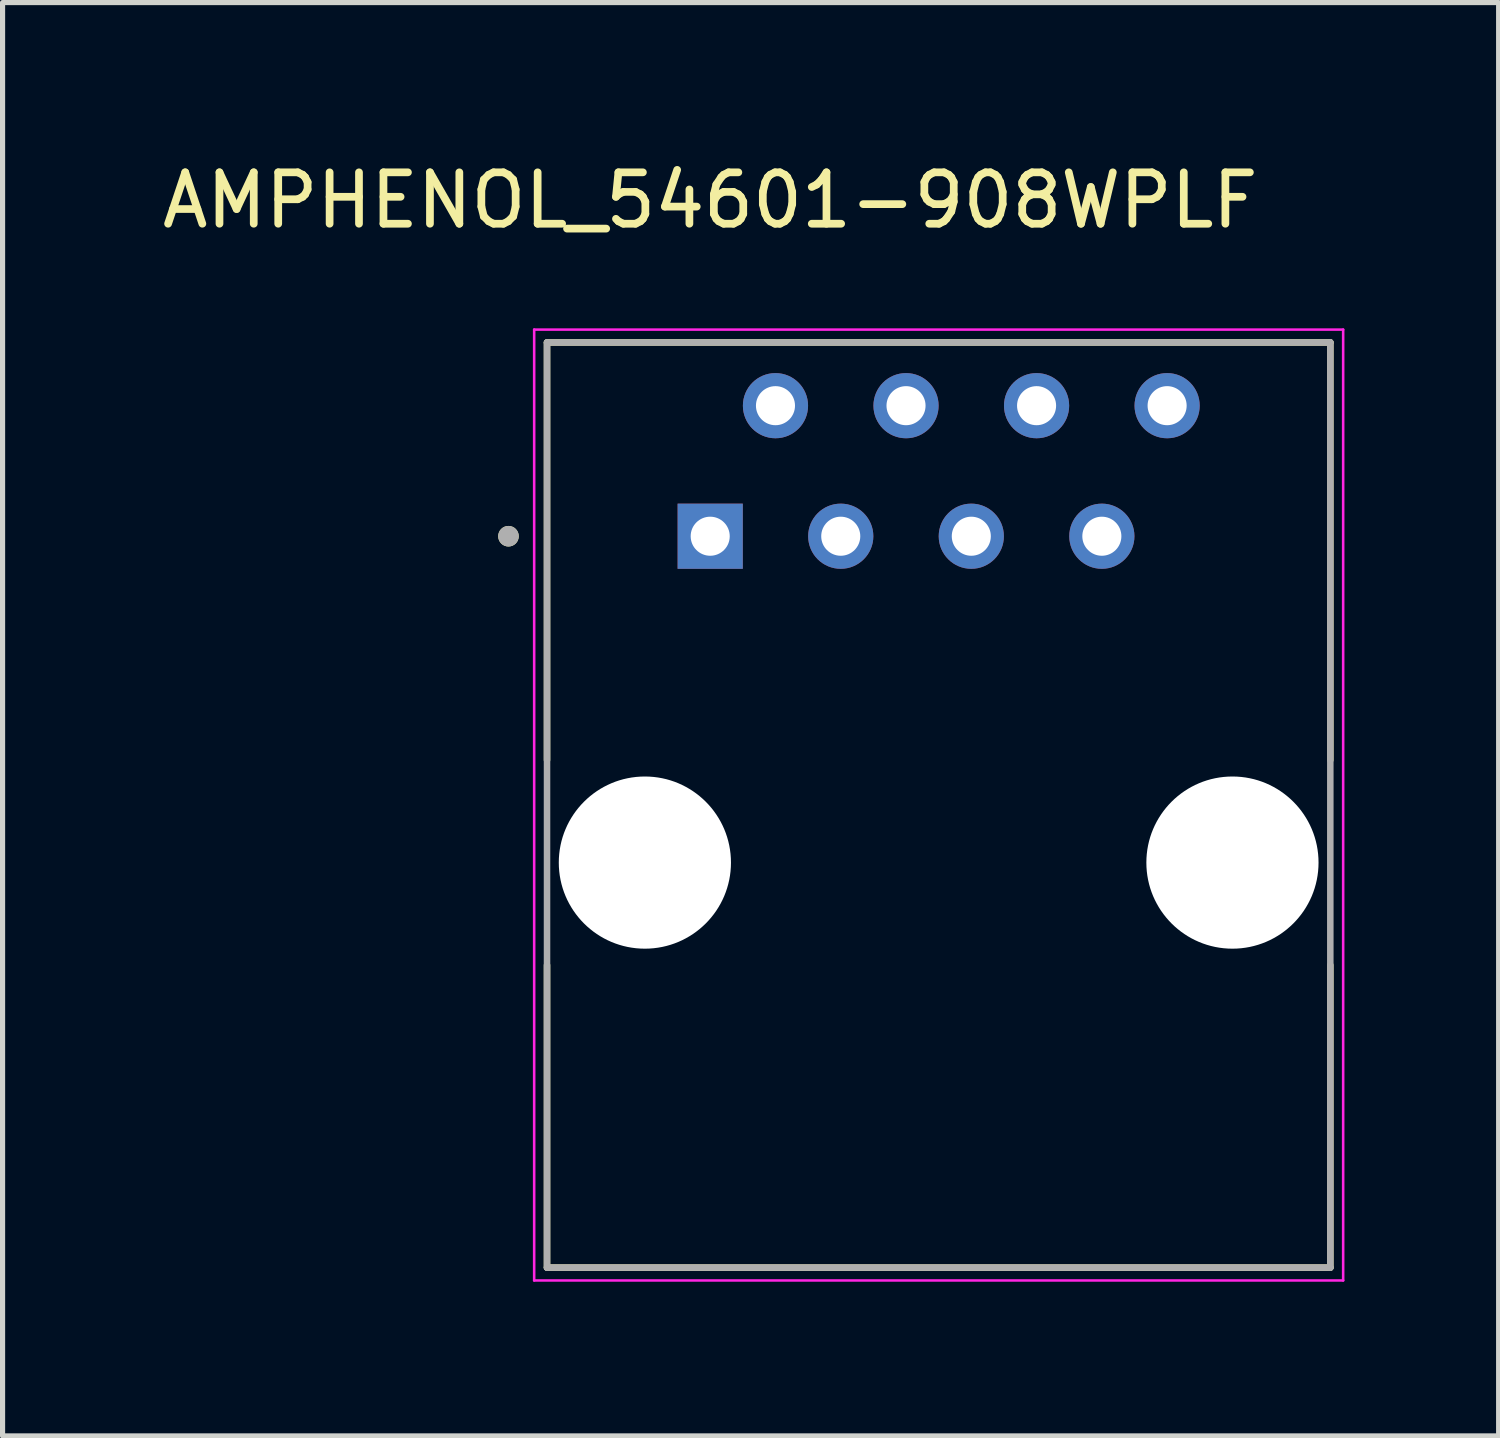
<source format=kicad_pcb>
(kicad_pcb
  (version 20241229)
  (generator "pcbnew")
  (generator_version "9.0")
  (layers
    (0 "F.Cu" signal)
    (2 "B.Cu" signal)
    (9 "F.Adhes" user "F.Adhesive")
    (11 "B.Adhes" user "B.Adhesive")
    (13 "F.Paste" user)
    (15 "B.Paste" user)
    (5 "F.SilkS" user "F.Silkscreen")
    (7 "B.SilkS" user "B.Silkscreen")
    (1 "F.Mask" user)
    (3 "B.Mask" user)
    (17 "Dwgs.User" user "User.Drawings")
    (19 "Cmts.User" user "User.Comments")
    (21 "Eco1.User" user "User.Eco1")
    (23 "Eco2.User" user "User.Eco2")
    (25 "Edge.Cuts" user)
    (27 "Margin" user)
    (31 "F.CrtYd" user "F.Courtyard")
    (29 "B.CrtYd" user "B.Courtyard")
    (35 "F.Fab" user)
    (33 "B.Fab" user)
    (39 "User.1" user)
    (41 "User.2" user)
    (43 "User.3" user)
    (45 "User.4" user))
  (footprint "AMPHENOL_54601-908WPLF"
    (layer "F.Cu")
    (at 15.213 13.733)
    (property "Reference" "AMPHENOL_54601-908WPLF" (at -4.445 -12.885 0) (layer "F.SilkS") (effects (font (size 1 1) (thickness 0.15))))
    (attr through_hole)
    (fp_line (start -7.62 -10.12) (end -7.62 -1.995) (stroke (width 0.127) (type solid)) (layer "F.SilkS"))
    (fp_line (start -7.62 7.88) (end -7.62 1.995) (stroke (width 0.127) (type solid)) (layer "F.SilkS"))
    (fp_line (start -7.62 7.88) (end 7.62 7.88) (stroke (width 0.127) (type solid)) (layer "F.SilkS"))
    (fp_line (start 7.62 -10.12) (end -7.62 -10.12) (stroke (width 0.127) (type solid)) (layer "F.SilkS"))
    (fp_line (start 7.62 -1.995) (end 7.62 -10.12) (stroke (width 0.127) (type solid)) (layer "F.SilkS"))
    (fp_line (start 7.62 7.88) (end 7.62 1.995) (stroke (width 0.127) (type solid)) (layer "F.SilkS"))
    (fp_circle (center -8.37 -6.35) (end -8.27 -6.35) (stroke (width 0.2) (type solid)) (fill no) (layer "F.SilkS"))
    (fp_line (start -7.87 -10.37) (end -7.87 8.13) (stroke (width 0.05) (type solid)) (layer "F.CrtYd"))
    (fp_line (start -7.87 8.13) (end 7.87 8.13) (stroke (width 0.05) (type solid)) (layer "F.CrtYd"))
    (fp_line (start 7.87 -10.37) (end -7.87 -10.37) (stroke (width 0.05) (type solid)) (layer "F.CrtYd"))
    (fp_line (start 7.87 8.13) (end 7.87 -10.37) (stroke (width 0.05) (type solid)) (layer "F.CrtYd"))
    (fp_line (start -7.62 -10.12) (end -7.62 7.88) (stroke (width 0.127) (type solid)) (layer "F.Fab"))
    (fp_line (start -7.62 7.88) (end 7.62 7.88) (stroke (width 0.127) (type solid)) (layer "F.Fab"))
    (fp_line (start 7.62 -10.12) (end -7.62 -10.12) (stroke (width 0.127) (type solid)) (layer "F.Fab"))
    (fp_line (start 7.62 7.88) (end 7.62 -10.12) (stroke (width 0.127) (type solid)) (layer "F.Fab"))
    (fp_circle (center -8.37 -6.35) (end -8.27 -6.35) (stroke (width 0.2) (type solid)) (fill no) (layer "F.Fab"))
    (pad "" np_thru_hole circle (at -5.716 0) (size 3.35 3.35) (drill 3.35) (layers "*.Cu" "*.Mask"))
    (pad "" np_thru_hole circle (at 5.716 0) (size 3.35 3.35) (drill 3.35) (layers "*.Cu" "*.Mask"))
    (pad "1" thru_hole rect (at -4.445 -6.35) (size 1.268 1.268) (drill 0.76) (layers "*.Cu" "*.Mask"))
    (pad "2" thru_hole circle (at -3.175 -8.89) (size 1.268 1.268) (drill 0.76) (layers "*.Cu" "*.Mask"))
    (pad "3" thru_hole circle (at -1.905 -6.35) (size 1.268 1.268) (drill 0.76) (layers "*.Cu" "*.Mask"))
    (pad "4" thru_hole circle (at -0.635 -8.89) (size 1.268 1.268) (drill 0.76) (layers "*.Cu" "*.Mask"))
    (pad "5" thru_hole circle (at 0.635 -6.35) (size 1.268 1.268) (drill 0.76) (layers "*.Cu" "*.Mask"))
    (pad "6" thru_hole circle (at 1.905 -8.89) (size 1.268 1.268) (drill 0.76) (layers "*.Cu" "*.Mask"))
    (pad "7" thru_hole circle (at 3.175 -6.35) (size 1.268 1.268) (drill 0.76) (layers "*.Cu" "*.Mask"))
    (pad "8" thru_hole circle (at 4.445 -8.89) (size 1.268 1.268) (drill 0.76) (layers "*.Cu" "*.Mask")))
  (gr_rect
    (start -3 -3)
    (end 26.108 24.888)
    (stroke (width 0.1) (type default))
    (fill no)
    (layer "Edge.Cuts")))
</source>
